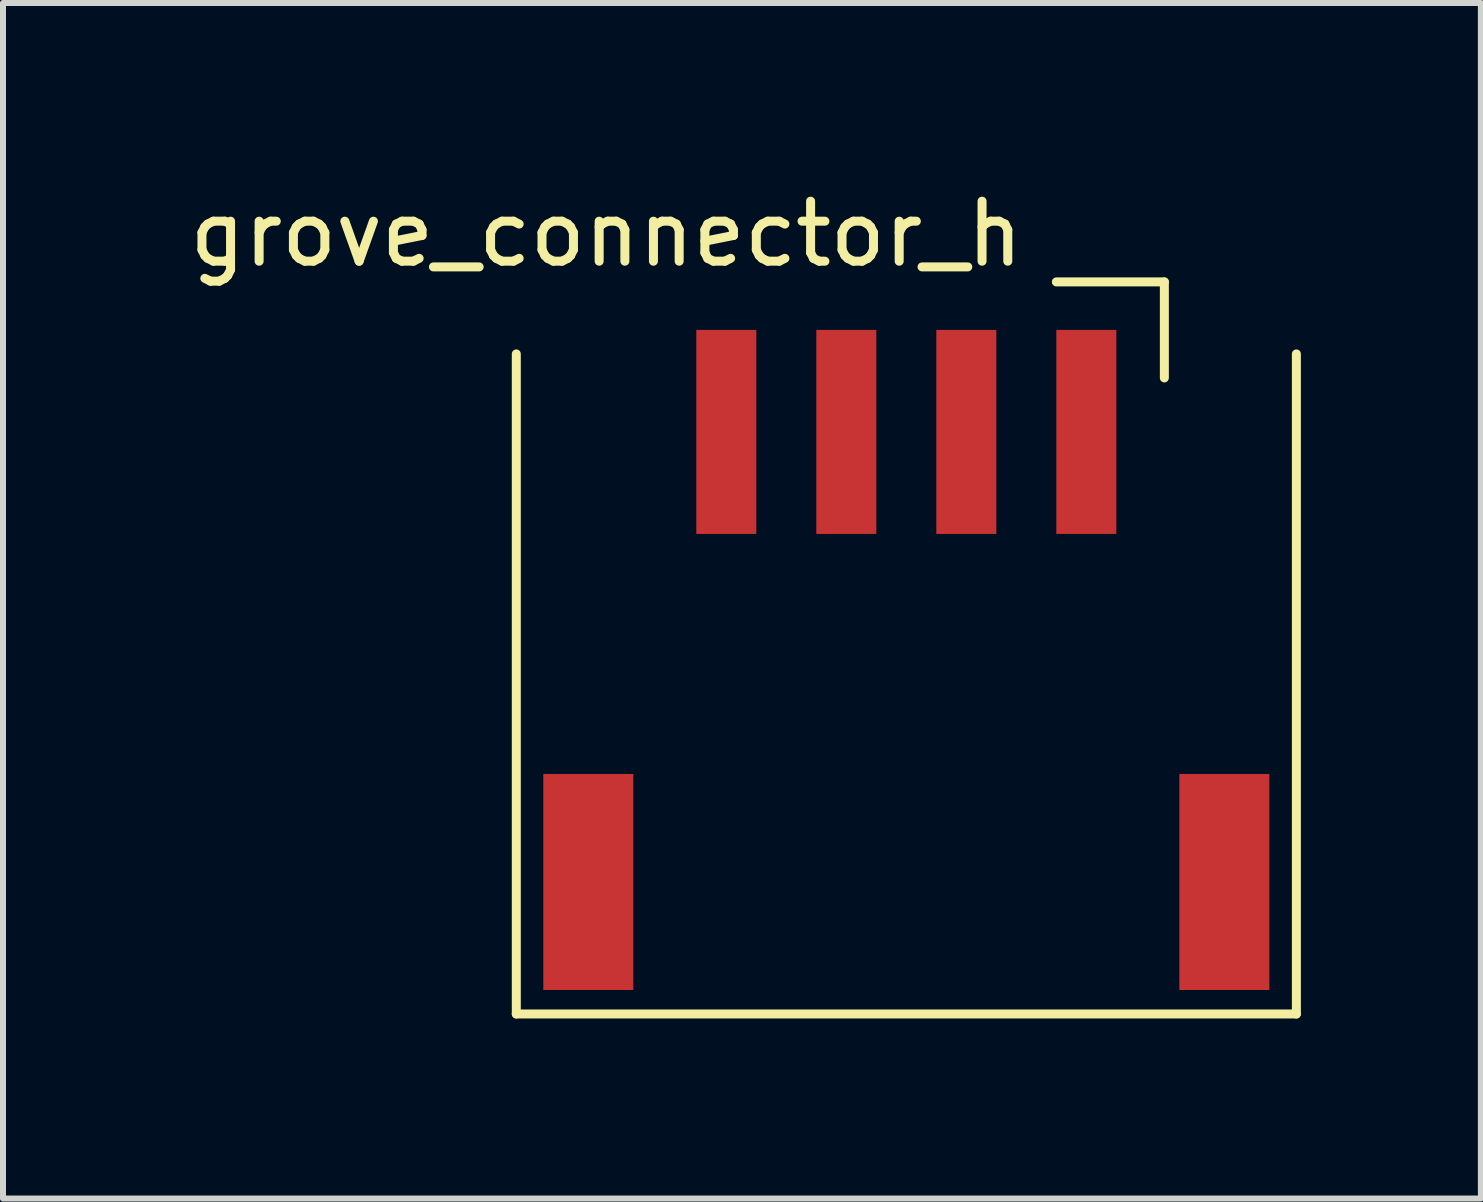
<source format=kicad_pcb>
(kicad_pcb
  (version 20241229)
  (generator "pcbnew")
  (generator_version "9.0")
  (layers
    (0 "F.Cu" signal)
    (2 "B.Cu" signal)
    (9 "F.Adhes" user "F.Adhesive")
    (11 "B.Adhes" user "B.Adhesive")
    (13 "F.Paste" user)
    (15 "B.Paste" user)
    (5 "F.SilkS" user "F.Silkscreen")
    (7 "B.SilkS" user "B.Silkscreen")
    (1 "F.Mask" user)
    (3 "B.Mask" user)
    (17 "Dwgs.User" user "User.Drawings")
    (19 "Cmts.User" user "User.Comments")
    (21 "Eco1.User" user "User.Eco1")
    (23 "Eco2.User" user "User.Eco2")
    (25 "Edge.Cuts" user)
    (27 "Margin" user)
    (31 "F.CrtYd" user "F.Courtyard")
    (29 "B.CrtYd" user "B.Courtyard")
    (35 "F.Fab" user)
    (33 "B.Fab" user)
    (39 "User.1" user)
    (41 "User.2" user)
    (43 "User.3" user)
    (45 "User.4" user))
  (footprint "grove_connector_h"
    (layer "F.Cu")
    (at 12.054 5.848)
    (property "Reference" "grove_connector_h" (at -5 -5 0) (layer "F.SilkS") (effects (font (size 1 1) (thickness 0.15))))
    (attr through_hole)
    (fp_line (start -6.5 -3) (end -6.5 8) (stroke (width 0.15) (type solid)) (layer "F.SilkS"))
    (fp_line (start -6.5 8) (end 6.5 8) (stroke (width 0.15) (type solid)) (layer "F.SilkS"))
    (fp_line (start 2.5 -4.2) (end 4.3 -4.2) (stroke (width 0.15) (type solid)) (layer "F.SilkS"))
    (fp_line (start 4.3 -4.2) (end 4.3 -2.6) (stroke (width 0.15) (type solid)) (layer "F.SilkS"))
    (fp_line (start 6.5 8) (end 6.5 -3) (stroke (width 0.15) (type solid)) (layer "F.SilkS"))
    (pad "1" smd rect (at 3 -1.7) (size 1 3.4) (layers "F.Cu" "F.Mask" "F.Paste"))
    (pad "2" smd rect (at 1 -1.7) (size 1 3.4) (layers "F.Cu" "F.Mask" "F.Paste"))
    (pad "3" smd rect (at -1 -1.7) (size 1 3.4) (layers "F.Cu" "F.Mask" "F.Paste"))
    (pad "4" smd rect (at -3 -1.7) (size 1 3.4) (layers "F.Cu" "F.Mask" "F.Paste"))
    (pad "MP" smd rect (at -5.3 5.8) (size 1.5 3.6) (layers "F.Cu" "F.Mask" "F.Paste"))
    (pad "MP" smd rect (at 5.3 5.8) (size 1.5 3.6) (layers "F.Cu" "F.Mask" "F.Paste")))
  (gr_rect
    (start -3 -3)
    (end 21.629 16.923)
    (stroke (width 0.1) (type default))
    (fill no)
    (layer "Edge.Cuts")))
</source>
